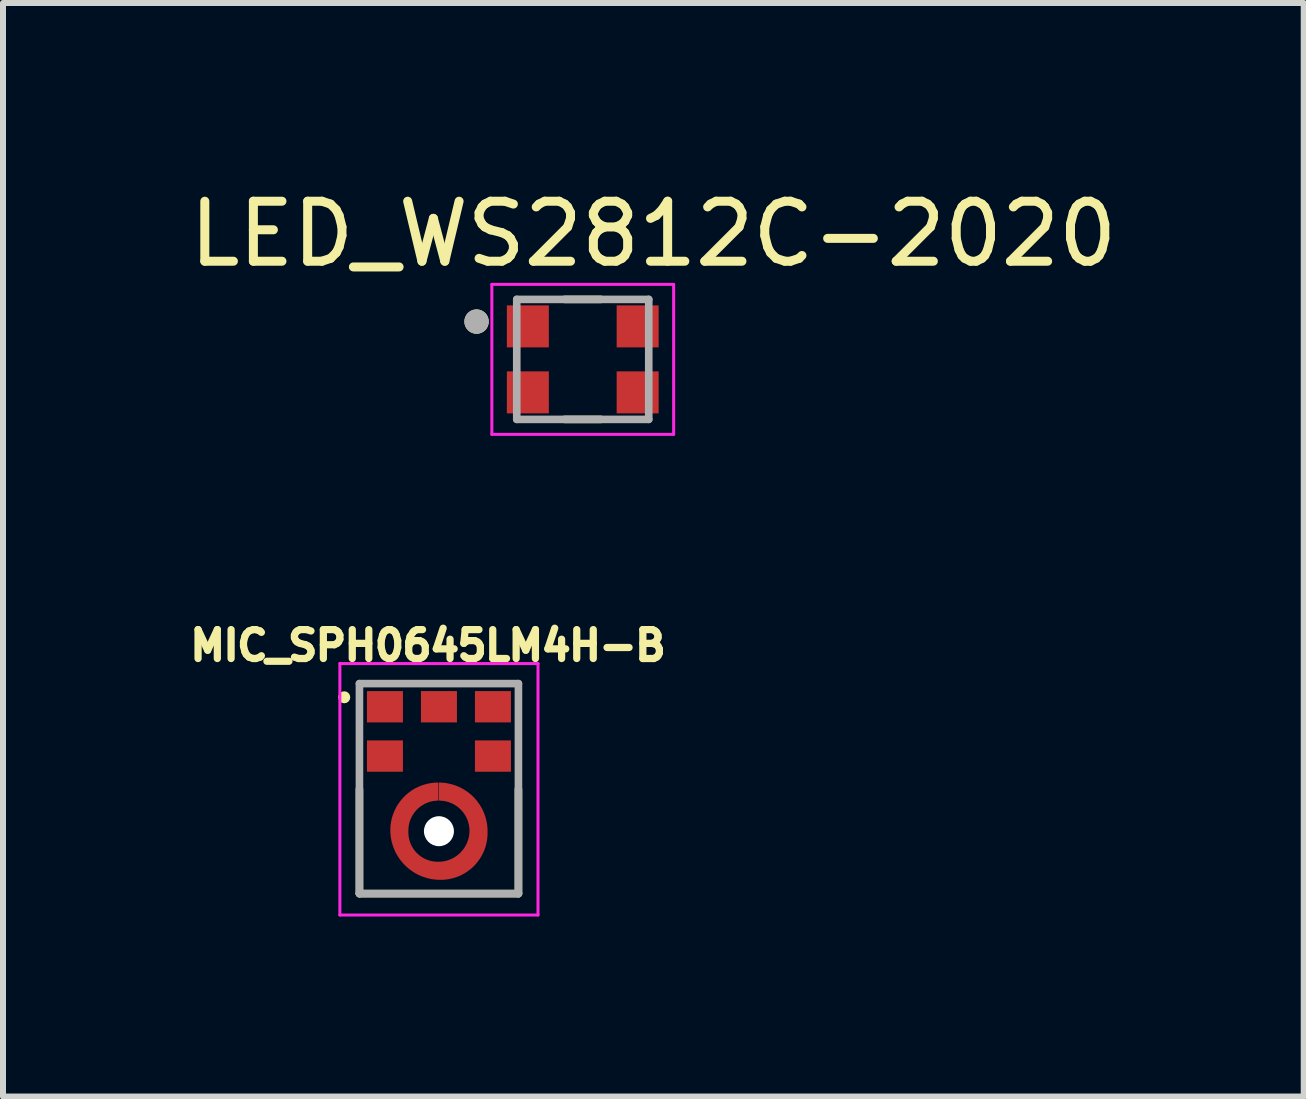
<source format=kicad_pcb>
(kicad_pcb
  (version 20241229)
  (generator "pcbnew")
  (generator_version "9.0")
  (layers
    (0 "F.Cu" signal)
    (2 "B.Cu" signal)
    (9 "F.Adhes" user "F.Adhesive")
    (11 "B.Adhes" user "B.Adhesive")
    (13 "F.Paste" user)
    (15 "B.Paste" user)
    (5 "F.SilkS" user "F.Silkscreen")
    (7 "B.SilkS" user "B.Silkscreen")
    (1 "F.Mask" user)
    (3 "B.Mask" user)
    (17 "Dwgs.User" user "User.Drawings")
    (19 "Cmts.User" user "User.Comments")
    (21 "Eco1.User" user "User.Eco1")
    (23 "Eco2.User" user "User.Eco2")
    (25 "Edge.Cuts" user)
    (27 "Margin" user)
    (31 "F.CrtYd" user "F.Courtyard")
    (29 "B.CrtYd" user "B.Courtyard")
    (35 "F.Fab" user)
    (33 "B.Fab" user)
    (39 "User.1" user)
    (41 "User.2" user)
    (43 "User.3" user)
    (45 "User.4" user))
  (footprint "MIC_SPH0645LM4H-B"
    (layer "F.Cu")
    (at 4.266 10.804)
    (property "Reference" "MIC_SPH0645LM4H-B" (at -0.182 -3.095 0) (layer "F.SilkS") (effects (font (size 0.482 0.482) (thickness 0.15))))
    (attr through_hole)
    (fp_circle (center 0 0) (end 0.456 0) (stroke (width 0.912) (type solid)) (fill no) (layer "F.Mask"))
    (fp_line (start -1.325 1.04) (end -1.325 -0.7) (stroke (width 0.127) (type solid)) (layer "F.SilkS"))
    (fp_line (start 1.325 -0.7) (end 1.325 1.04) (stroke (width 0.127) (type solid)) (layer "F.SilkS"))
    (fp_line (start 1.325 1.04) (end -1.325 1.04) (stroke (width 0.127) (type solid)) (layer "F.SilkS"))
    (fp_circle (center -1.578 -2.232) (end -1.528 -2.232) (stroke (width 0.1) (type solid)) (fill no) (layer "F.SilkS"))
    (fp_poly (pts (xy 0.38 0.53) (xy 0.28 0.425) (xy 0.23 0.46) (xy 0.12 0.5) (xy 0 0.514) (xy -0.12 0.5) (xy -0.225 0.462) (xy -0.288 0.426) (xy -0.385 0.525) (xy -0.5 0.64) (xy -0.405 0.705) (xy -0.31 0.75) (xy -0.22 0.78) (xy -0.14 0.8) (xy 0 0.81) (xy 0.16 0.796) (xy 0.31 0.75) (xy 0.425 0.69) (xy 0.495 0.645)) (stroke (width 0.001) (type solid)) (fill yes) (layer "F.Paste"))
    (fp_poly (pts (xy -0.375 -0.53) (xy -0.28 -0.435) (xy -0.23 -0.46) (xy -0.175 -0.485) (xy -0.12 -0.5) (xy -0.06 -0.51) (xy 0 -0.514) (xy 0.12 -0.5) (xy 0.225 -0.462) (xy 0.283 -0.426) (xy 0.385 -0.525) (xy 0.5 -0.64) (xy 0.41 -0.7) (xy 0.31 -0.75) (xy 0.23 -0.78) (xy 0.14 -0.8) (xy 0 -0.81) (xy -0.16 -0.796) (xy -0.31 -0.75) (xy -0.415 -0.7) (xy -0.49 -0.645)) (stroke (width 0.001) (type solid)) (fill yes) (layer "F.Paste"))
    (fp_poly (pts (xy 0.53 -0.385) (xy 0.425 -0.28) (xy 0.46 -0.23) (xy 0.5 -0.12) (xy 0.514 0) (xy 0.5 0.12) (xy 0.462 0.225) (xy 0.421 0.283) (xy 0.52 0.38) (xy 0.64 0.5) (xy 0.705 0.405) (xy 0.75 0.31) (xy 0.78 0.23) (xy 0.8 0.14) (xy 0.81 0.06) (xy 0.81 -0.065) (xy 0.796 -0.16) (xy 0.78 -0.235) (xy 0.75 -0.31) (xy 0.705 -0.405) (xy 0.64 -0.5)) (stroke (width 0.001) (type solid)) (fill yes) (layer "F.Paste"))
    (fp_poly (pts (xy -0.53 0.385) (xy -0.43 0.285) (xy -0.465 0.23) (xy -0.505 0.12) (xy -0.51 0.12) (xy -0.505 0.11) (xy -0.52 0.005) (xy -0.524 -0.005) (xy -0.52 -0.005) (xy -0.505 -0.125) (xy -0.462 -0.225) (xy -0.426 -0.293) (xy -0.525 -0.39) (xy -0.635 -0.505) (xy -0.7 -0.41) (xy -0.75 -0.31) (xy -0.78 -0.22) (xy -0.8 -0.14) (xy -0.81 0) (xy -0.796 0.16) (xy -0.75 0.31) (xy -0.705 0.4) (xy -0.64 0.5)) (stroke (width 0.001) (type solid)) (fill yes) (layer "F.Paste"))
    (fp_line (start -1.651 -2.794) (end 1.651 -2.794) (stroke (width 0.05) (type solid)) (layer "F.CrtYd"))
    (fp_line (start -1.651 1.397) (end -1.651 -2.794) (stroke (width 0.05) (type solid)) (layer "F.CrtYd"))
    (fp_line (start 1.651 -2.794) (end 1.651 1.397) (stroke (width 0.05) (type solid)) (layer "F.CrtYd"))
    (fp_line (start 1.651 1.397) (end -1.651 1.397) (stroke (width 0.05) (type solid)) (layer "F.CrtYd"))
    (fp_line (start -1.325 -2.46) (end 1.325 -2.46) (stroke (width 0.127) (type solid)) (layer "F.Fab"))
    (fp_line (start -1.325 1.04) (end -1.325 -2.46) (stroke (width 0.127) (type solid)) (layer "F.Fab"))
    (fp_line (start 1.325 -2.46) (end 1.325 1.04) (stroke (width 0.127) (type solid)) (layer "F.Fab"))
    (fp_line (start 1.325 1.04) (end -1.325 1.04) (stroke (width 0.127) (type solid)) (layer "F.Fab"))
    (pad "" np_thru_hole circle (at 0 0) (size 0.5 0.5) (drill 0.5) (layers "*.Cu" "*.Mask"))
    (pad "1" smd rect (at -0.9 -2.074) (size 0.6 0.522) (layers "F.Cu" "F.Mask" "F.Paste"))
    (pad "2" smd rect (at -0.9 -1.252) (size 0.6 0.522) (layers "F.Cu" "F.Mask" "F.Paste"))
    (pad "3" smd custom (at 0.65 -0.02) (size 0.1 0.1) (layers "F.Cu") (options (anchor rect)) (primitives (gr_poly (pts (xy -0.66 -0.49) (xy -0.66 -0.79) (xy -0.707 -0.789) (xy -0.748 -0.786) (xy -0.789 -0.78) (xy -0.83 -0.773) (xy -0.871 -0.763) (xy -0.911 -0.751) (xy -0.95 -0.737) (xy -0.988 -0.721) (xy -1.026 -0.703) (xy -1.063 -0.684) (xy -1.098 -0.662) (xy -1.132 -0.638) (xy -1.165 -0.613) (xy -1.197 -0.586) (xy -1.227 -0.557) (xy -1.256 -0.527) (xy -1.283 -0.495) (xy -1.308 -0.462) (xy -1.332 -0.428) (xy -1.354 -0.393) (xy -1.373 -0.356) (xy -1.391 -0.318) (xy -1.407 -0.28) (xy -1.421 -0.241) (xy -1.433 -0.201) (xy -1.443 -0.16) (xy -1.45 -0.119) (xy -1.456 -0.078) (xy -1.459 -0.037) (xy -1.46 0) (xy -1.459 0.043) (xy -1.455 0.087) (xy -1.45 0.13) (xy -1.442 0.173) (xy -1.432 0.215) (xy -1.419 0.256) (xy -1.405 0.297) (xy -1.388 0.338) (xy -1.37 0.377) (xy -1.349 0.415) (xy -1.326 0.452) (xy -1.301 0.488) (xy -1.275 0.522) (xy -1.247 0.555) (xy -1.217 0.587) (xy -1.185 0.617) (xy -1.152 0.645) (xy -1.118 0.671) (xy -1.082 0.696) (xy -1.045 0.719) (xy -1.007 0.74) (xy -0.968 0.758) (xy -0.927 0.775) (xy -0.886 0.789) (xy -0.845 0.802) (xy -0.803 0.812) (xy -0.76 0.82) (xy -0.717 0.825) (xy -0.673 0.829) (xy -0.63 0.83) (xy -0.62 0.83) (xy -0.579 0.829) (xy -0.538 0.826) (xy -0.498 0.82) (xy -0.458 0.813) (xy -0.418 0.803) (xy -0.379 0.792) (xy -0.34 0.778) (xy -0.303 0.763) (xy -0.266 0.745) (xy -0.23 0.725) (xy -0.195 0.704) (xy -0.162 0.681) (xy -0.129 0.656) (xy -0.098 0.63) (xy -0.068 0.602) (xy -0.04 0.572) (xy -0.014 0.541) (xy 0.011 0.508) (xy 0.034 0.475) (xy 0.055 0.44) (xy 0.075 0.404) (xy 0.093 0.367) (xy 0.108 0.33) (xy 0.122 0.291) (xy 0.133 0.252) (xy 0.143 0.212) (xy 0.15 0.172) (xy 0.156 0.132) (xy 0.159 0.091) (xy 0.16 0.05) (xy 0.16 0.02) (xy 0.159 -0.022) (xy 0.156 -0.065) (xy 0.15 -0.107) (xy 0.142 -0.148) (xy 0.132 -0.19) (xy 0.12 -0.23) (xy 0.106 -0.27) (xy 0.09 -0.309) (xy 0.072 -0.348) (xy 0.051 -0.385) (xy 0.029 -0.421) (xy 0.005 -0.456) (xy -0.021 -0.49) (xy -0.048 -0.522) (xy -0.077 -0.553) (xy -0.108 -0.582) (xy -0.14 -0.609) (xy -0.174 -0.635) (xy -0.209 -0.659) (xy -0.245 -0.681) (xy -0.282 -0.702) (xy -0.321 -0.72) (xy -0.36 -0.736) (xy -0.4 -0.75) (xy -0.44 -0.762) (xy -0.482 -0.772) (xy -0.523 -0.78) (xy -0.565 -0.786) (xy -0.608 -0.789) (xy -0.65 -0.79) (xy -0.65 -0.49) (xy -0.627 -0.49) (xy -0.601 -0.488) (xy -0.575 -0.485) (xy -0.549 -0.481) (xy -0.523 -0.475) (xy -0.497 -0.468) (xy -0.472 -0.46) (xy -0.448 -0.45) (xy -0.424 -0.439) (xy -0.4 -0.427) (xy -0.377 -0.413) (xy -0.355 -0.399) (xy -0.334 -0.383) (xy -0.314 -0.366) (xy -0.294 -0.348) (xy -0.276 -0.329) (xy -0.258 -0.31) (xy -0.242 -0.289) (xy -0.226 -0.267) (xy -0.212 -0.245) (xy -0.199 -0.222) (xy -0.187 -0.198) (xy -0.177 -0.174) (xy -0.167 -0.149) (xy -0.16 -0.124) (xy -0.153 -0.099) (xy -0.148 -0.073) (xy -0.144 -0.047) (xy -0.141 -0.02) (xy -0.14 0.01) (xy -0.141 0.037) (xy -0.143 0.064) (xy -0.146 0.091) (xy -0.151 0.118) (xy -0.158 0.145) (xy -0.165 0.171) (xy -0.175 0.196) (xy -0.185 0.222) (xy -0.197 0.246) (xy -0.21 0.27) (xy -0.224 0.293) (xy -0.239 0.316) (xy -0.256 0.337) (xy -0.274 0.358) (xy -0.292 0.378) (xy -0.312 0.396) (xy -0.333 0.414) (xy -0.354 0.431) (xy -0.377 0.446) (xy -0.4 0.46) (xy -0.424 0.473) (xy -0.448 0.485) (xy -0.474 0.495) (xy -0.499 0.505) (xy -0.525 0.512) (xy -0.552 0.519) (xy -0.579 0.524) (xy -0.606 0.527) (xy -0.633 0.529) (xy -0.66 0.53) (xy -0.67 0.53) (xy -0.696 0.529) (xy -0.721 0.527) (xy -0.747 0.524) (xy -0.772 0.519) (xy -0.797 0.513) (xy -0.821 0.506) (xy -0.846 0.497) (xy -0.869 0.488) (xy -0.892 0.477) (xy -0.915 0.464) (xy -0.937 0.451) (xy -0.958 0.436) (xy -0.978 0.421) (xy -0.998 0.404) (xy -1.016 0.386) (xy -1.034 0.368) (xy -1.051 0.348) (xy -1.066 0.328) (xy -1.081 0.307) (xy -1.094 0.285) (xy -1.107 0.262) (xy -1.118 0.239) (xy -1.127 0.216) (xy -1.136 0.191) (xy -1.143 0.167) (xy -1.149 0.142) (xy -1.154 0.117) (xy -1.157 0.091) (xy -1.159 0.066) (xy -1.16 0.04) (xy -1.16 0.01) (xy -1.159 -0.016) (xy -1.157 -0.042) (xy -1.154 -0.068) (xy -1.149 -0.094) (xy -1.143 -0.119) (xy -1.136 -0.145) (xy -1.127 -0.169) (xy -1.117 -0.193) (xy -1.106 -0.217) (xy -1.093 -0.24) (xy -1.079 -0.262) (xy -1.065 -0.284) (xy -1.049 -0.305) (xy -1.032 -0.325) (xy -1.014 -0.344) (xy -0.995 -0.362) (xy -0.975 -0.379) (xy -0.954 -0.395) (xy -0.932 -0.409) (xy -0.91 -0.423) (xy -0.887 -0.436) (xy -0.863 -0.447) (xy -0.839 -0.457) (xy -0.815 -0.466) (xy -0.789 -0.473) (xy -0.764 -0.479) (xy -0.738 -0.484) (xy -0.712 -0.487) (xy -0.686 -0.489) (xy -0.66 -0.49)) (width 0.001) (fill yes))))
    (pad "4" smd rect (at 0.9 -1.252) (size 0.6 0.522) (layers "F.Cu" "F.Mask" "F.Paste"))
    (pad "5" smd rect (at 0.9 -2.074) (size 0.6 0.522) (layers "F.Cu" "F.Mask" "F.Paste"))
    (pad "6" smd rect (at 0 -2.074) (size 0.6 0.522) (layers "F.Cu" "F.Mask" "F.Paste")))
  (footprint "LED_WS2812C-2020"
    (layer "F.Cu")
    (at 6.663 2.94)
    (property "Reference" "LED_WS2812C-2020" (at 1.177 -2.091 0) (layer "F.SilkS") (effects (font (size 1 1) (thickness 0.15))))
    (attr through_hole)
    (fp_line (start -0.3 -1) (end 0.3 -1) (stroke (width 0.127) (type solid)) (layer "F.SilkS"))
    (fp_line (start -0.3 1) (end 0.3 1) (stroke (width 0.127) (type solid)) (layer "F.SilkS"))
    (fp_circle (center -1.77 -0.63) (end -1.667 -0.63) (stroke (width 0.2) (type solid)) (fill no) (layer "F.SilkS"))
    (fp_line (start -1.515 -1.25) (end -1.515 1.25) (stroke (width 0.05) (type solid)) (layer "F.CrtYd"))
    (fp_line (start -1.515 1.25) (end 1.515 1.25) (stroke (width 0.05) (type solid)) (layer "F.CrtYd"))
    (fp_line (start 1.515 -1.25) (end -1.515 -1.25) (stroke (width 0.05) (type solid)) (layer "F.CrtYd"))
    (fp_line (start 1.515 1.25) (end 1.515 -1.25) (stroke (width 0.05) (type solid)) (layer "F.CrtYd"))
    (fp_line (start -1.1 -1) (end 1.1 -1) (stroke (width 0.127) (type solid)) (layer "F.Fab"))
    (fp_line (start -1.1 1) (end -1.1 -1) (stroke (width 0.127) (type solid)) (layer "F.Fab"))
    (fp_line (start 1.1 -1) (end 1.1 1) (stroke (width 0.127) (type solid)) (layer "F.Fab"))
    (fp_line (start 1.1 1) (end -1.1 1) (stroke (width 0.127) (type solid)) (layer "F.Fab"))
    (fp_circle (center -1.77 -0.63) (end -1.667 -0.63) (stroke (width 0.2) (type solid)) (fill no) (layer "F.Fab"))
    (pad "1" smd rect (at -0.915 -0.55) (size 0.7 0.7) (layers "F.Cu" "F.Mask" "F.Paste"))
    (pad "2" smd rect (at -0.915 0.55) (size 0.7 0.7) (layers "F.Cu" "F.Mask" "F.Paste"))
    (pad "3" smd rect (at 0.915 0.55 180) (size 0.7 0.7) (layers "F.Cu" "F.Mask" "F.Paste"))
    (pad "4" smd rect (at 0.915 -0.55 180) (size 0.7 0.7) (layers "F.Cu" "F.Mask" "F.Paste")))
  (gr_rect
    (start -3 -3)
    (end 18.68 15.226)
    (stroke (width 0.1) (type default))
    (fill no)
    (layer "Edge.Cuts")))
</source>
